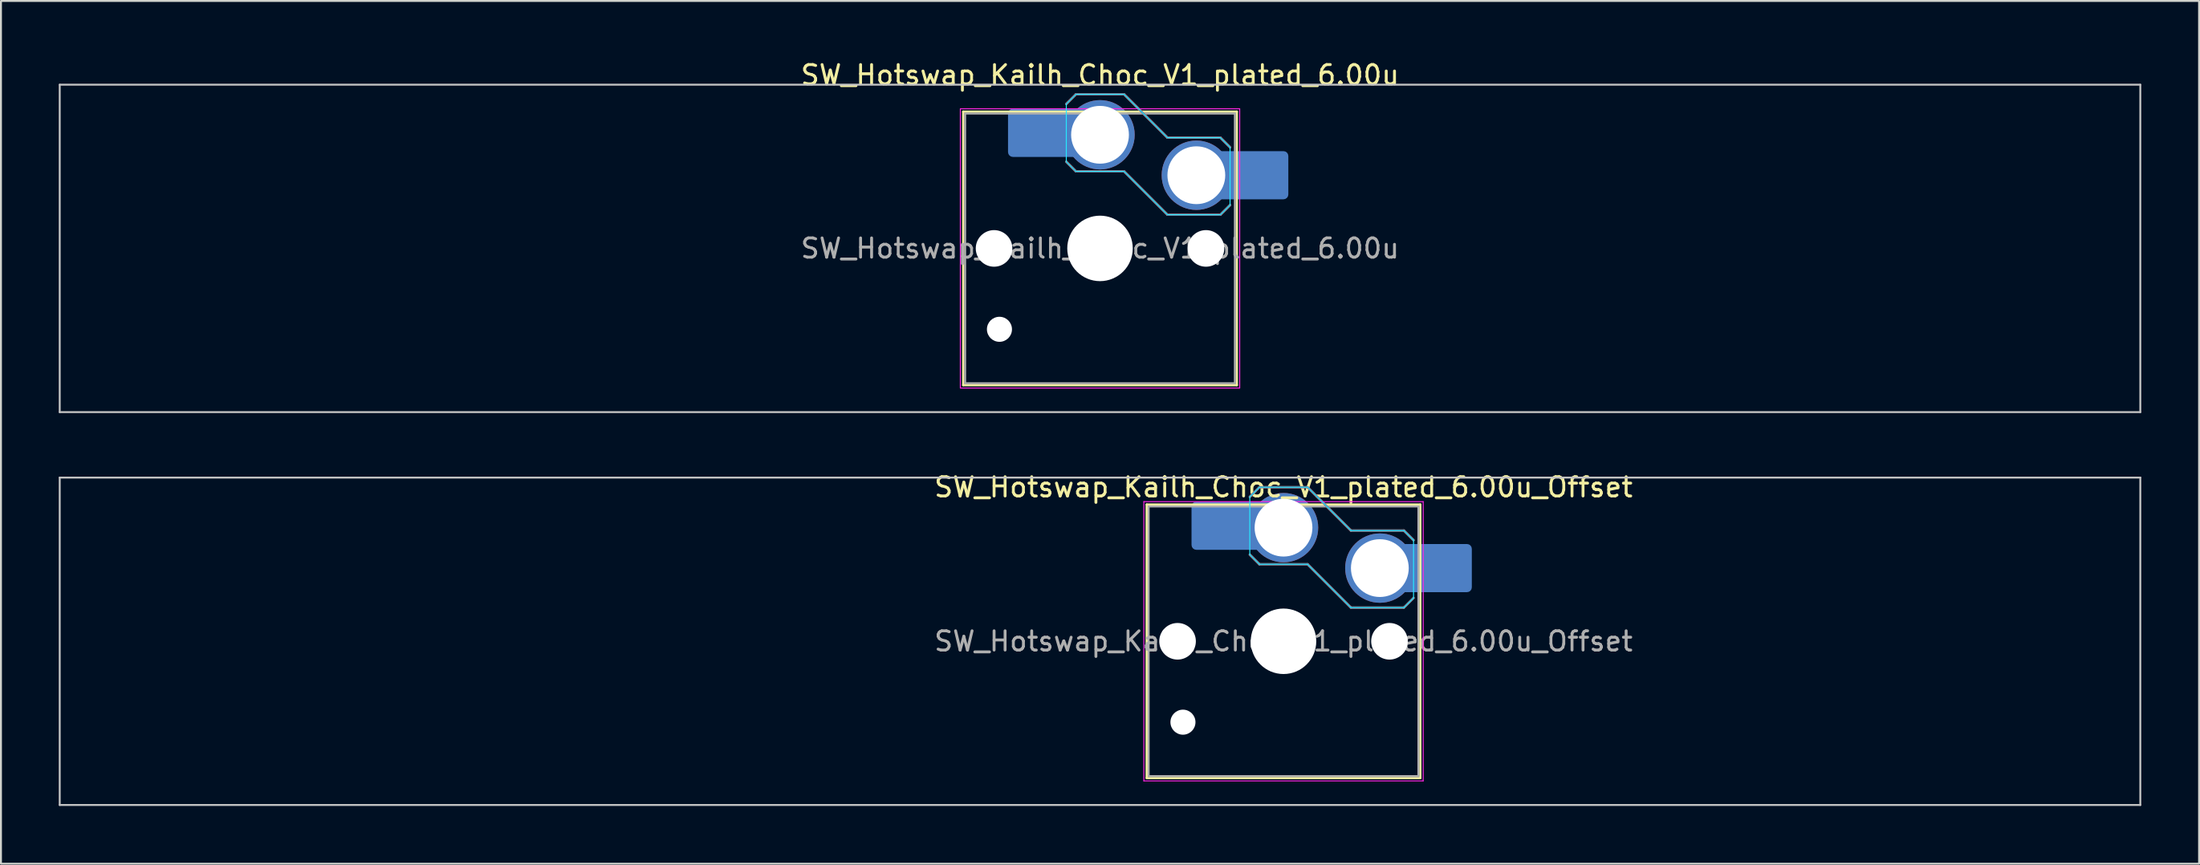
<source format=kicad_pcb>
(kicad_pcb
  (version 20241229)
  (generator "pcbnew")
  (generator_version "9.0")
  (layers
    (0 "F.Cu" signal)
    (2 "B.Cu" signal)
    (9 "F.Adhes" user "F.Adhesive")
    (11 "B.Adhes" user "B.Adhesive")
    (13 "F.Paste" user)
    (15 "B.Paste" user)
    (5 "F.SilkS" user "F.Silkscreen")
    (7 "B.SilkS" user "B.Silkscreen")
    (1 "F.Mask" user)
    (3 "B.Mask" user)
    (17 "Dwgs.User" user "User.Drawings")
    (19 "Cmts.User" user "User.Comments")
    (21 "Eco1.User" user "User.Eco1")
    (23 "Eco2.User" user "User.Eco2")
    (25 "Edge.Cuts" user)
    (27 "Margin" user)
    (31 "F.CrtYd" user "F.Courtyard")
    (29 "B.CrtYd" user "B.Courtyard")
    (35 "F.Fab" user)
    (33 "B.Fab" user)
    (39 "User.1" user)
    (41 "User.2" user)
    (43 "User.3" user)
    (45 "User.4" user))
  (footprint "SW_Hotswap_Kailh_Choc_V1_plated_6.00u_Offset"
    (layer "F.Cu")
    (at 63.575 30.247)
    (property "Reference" "SW_Hotswap_Kailh_Choc_V1_plated_6.00u_Offset" (at 0 -8 0) (layer "F.SilkS") (effects (font (size 1 1) (thickness 0.15))))
    (attr smd)
    (fp_line (start -7.1 -7.1) (end -7.1 7.1) (stroke (width 0.12) (type solid)) (layer "F.SilkS"))
    (fp_line (start -7.1 7.1) (end 7.1 7.1) (stroke (width 0.12) (type solid)) (layer "F.SilkS"))
    (fp_line (start 7.1 -7.1) (end -7.1 -7.1) (stroke (width 0.12) (type solid)) (layer "F.SilkS"))
    (fp_line (start 7.1 7.1) (end 7.1 -7.1) (stroke (width 0.12) (type solid)) (layer "F.SilkS"))
    (fp_line (start -1.75 -7.5) (end -1.25 -8) (stroke (width 0.12) (type solid)) (layer "B.SilkS"))
    (fp_line (start -1.25 -8) (end 1.25 -8) (stroke (width 0.12) (type solid)) (layer "B.SilkS"))
    (fp_line (start -1.25 -4) (end -1.75 -4.5) (stroke (width 0.12) (type solid)) (layer "B.SilkS"))
    (fp_line (start 1.25 -8) (end 3.5 -5.75) (stroke (width 0.12) (type solid)) (layer "B.SilkS"))
    (fp_line (start 1.25 -4) (end -1.25 -4) (stroke (width 0.12) (type solid)) (layer "B.SilkS"))
    (fp_line (start 3.5 -5.75) (end 6.25 -5.75) (stroke (width 0.12) (type solid)) (layer "B.SilkS"))
    (fp_line (start 3.5 -1.75) (end 1.25 -4) (stroke (width 0.12) (type solid)) (layer "B.SilkS"))
    (fp_line (start 6.25 -5.75) (end 6.75 -5.25) (stroke (width 0.12) (type solid)) (layer "B.SilkS"))
    (fp_line (start 6.25 -1.75) (end 3.5 -1.75) (stroke (width 0.12) (type solid)) (layer "B.SilkS"))
    (fp_line (start 6.75 -2.25) (end 6.25 -1.75) (stroke (width 0.12) (type solid)) (layer "B.SilkS"))
    (fp_line (start -63.525 -8.5) (end -63.525 8.5) (stroke (width 0.1) (type solid)) (layer "Dwgs.User"))
    (fp_line (start -63.525 8.5) (end 44.475 8.5) (stroke (width 0.1) (type solid)) (layer "Dwgs.User"))
    (fp_line (start 44.475 -8.5) (end -63.525 -8.5) (stroke (width 0.1) (type solid)) (layer "Dwgs.User"))
    (fp_line (start 44.475 8.5) (end 44.475 -8.5) (stroke (width 0.1) (type solid)) (layer "Dwgs.User"))
    (fp_line (start -1.75 -7.5) (end -1.25 -8) (stroke (width 0.05) (type solid)) (layer "B.CrtYd"))
    (fp_line (start -1.75 -4.5) (end -1.75 -7.5) (stroke (width 0.05) (type solid)) (layer "B.CrtYd"))
    (fp_line (start -1.25 -8) (end 1.25 -8) (stroke (width 0.05) (type solid)) (layer "B.CrtYd"))
    (fp_line (start -1.25 -4) (end -1.75 -4.5) (stroke (width 0.05) (type solid)) (layer "B.CrtYd"))
    (fp_line (start 1.25 -8) (end 3.5 -5.75) (stroke (width 0.05) (type solid)) (layer "B.CrtYd"))
    (fp_line (start 1.25 -4) (end -1.25 -4) (stroke (width 0.05) (type solid)) (layer "B.CrtYd"))
    (fp_line (start 3.5 -5.75) (end 6.25 -5.75) (stroke (width 0.05) (type solid)) (layer "B.CrtYd"))
    (fp_line (start 3.5 -1.75) (end 1.25 -4) (stroke (width 0.05) (type solid)) (layer "B.CrtYd"))
    (fp_line (start 6.25 -5.75) (end 6.75 -5.25) (stroke (width 0.05) (type solid)) (layer "B.CrtYd"))
    (fp_line (start 6.25 -1.75) (end 3.5 -1.75) (stroke (width 0.05) (type solid)) (layer "B.CrtYd"))
    (fp_line (start 6.75 -5.25) (end 6.75 -2.25) (stroke (width 0.05) (type solid)) (layer "B.CrtYd"))
    (fp_line (start 6.75 -2.25) (end 6.25 -1.75) (stroke (width 0.05) (type solid)) (layer "B.CrtYd"))
    (fp_line (start -7.25 -7.25) (end -7.25 7.25) (stroke (width 0.05) (type solid)) (layer "F.CrtYd"))
    (fp_line (start -7.25 7.25) (end 7.25 7.25) (stroke (width 0.05) (type solid)) (layer "F.CrtYd"))
    (fp_line (start 7.25 -7.25) (end -7.25 -7.25) (stroke (width 0.05) (type solid)) (layer "F.CrtYd"))
    (fp_line (start 7.25 7.25) (end 7.25 -7.25) (stroke (width 0.05) (type solid)) (layer "F.CrtYd"))
    (fp_line (start -1.75 -7.5) (end -1.25 -8) (stroke (width 0.1) (type solid)) (layer "B.Fab"))
    (fp_line (start -1.25 -8) (end 1.25 -8) (stroke (width 0.1) (type solid)) (layer "B.Fab"))
    (fp_line (start -1.25 -4) (end -1.75 -4.5) (stroke (width 0.1) (type solid)) (layer "B.Fab"))
    (fp_line (start 1.25 -8) (end 3.5 -5.75) (stroke (width 0.1) (type solid)) (layer "B.Fab"))
    (fp_line (start 1.25 -4) (end -1.25 -4) (stroke (width 0.1) (type solid)) (layer "B.Fab"))
    (fp_line (start 3.5 -5.75) (end 6.25 -5.75) (stroke (width 0.1) (type solid)) (layer "B.Fab"))
    (fp_line (start 3.5 -1.75) (end 1.25 -4) (stroke (width 0.1) (type solid)) (layer "B.Fab"))
    (fp_line (start 6.25 -5.75) (end 6.75 -5.25) (stroke (width 0.1) (type solid)) (layer "B.Fab"))
    (fp_line (start 6.25 -1.75) (end 3.5 -1.75) (stroke (width 0.1) (type solid)) (layer "B.Fab"))
    (fp_line (start 6.75 -2.25) (end 6.25 -1.75) (stroke (width 0.1) (type solid)) (layer "B.Fab"))
    (fp_line (start -7 -7) (end -7 7) (stroke (width 0.1) (type solid)) (layer "F.Fab"))
    (fp_line (start -7 7) (end 7 7) (stroke (width 0.1) (type solid)) (layer "F.Fab"))
    (fp_line (start 7 -7) (end -7 -7) (stroke (width 0.1) (type solid)) (layer "F.Fab"))
    (fp_line (start 7 7) (end 7 -7) (stroke (width 0.1) (type solid)) (layer "F.Fab"))
    (fp_text user "${REFERENCE}" (at 0 0 0) (layer "F.Fab") (effects (font (size 1 1) (thickness 0.15))))
    (pad "" np_thru_hole circle (at -5.5 0) (size 1.9 1.9) (drill 1.9) (layers "*.Cu" "*.Mask"))
    (pad "" np_thru_hole circle (at -5.22 4.2) (size 1.3 1.3) (drill 1.3) (layers "*.Cu" "*.Mask"))
    (pad "" smd roundrect (at -3.5 -6) (size 2.55 2.5) (layers "B.Mask" "B.Paste") (roundrect_rratio 0.1))
    (pad "" np_thru_hole circle (at 0 0) (size 3.4 3.4) (drill 3.4) (layers "*.Cu" "*.Mask"))
    (pad "" np_thru_hole circle (at 5.5 0) (size 1.9 1.9) (drill 1.9) (layers "*.Cu" "*.Mask"))
    (pad "" smd roundrect (at 8.5 -3.8) (size 2.55 2.5) (layers "B.Mask" "B.Paste") (roundrect_rratio 0.1))
    (pad "1" smd roundrect (at -2.85 -6) (size 3.85 2.5) (layers "B.Cu") (roundrect_rratio 0.1))
    (pad "1" thru_hole circle (at 0 -5.9) (size 3.6 3.6) (drill 3) (layers "*.Cu" "B.Mask"))
    (pad "2" thru_hole circle (at 5 -3.8) (size 3.6 3.6) (drill 3) (layers "*.Cu" "B.Mask"))
    (pad "2" smd roundrect (at 7.85 -3.8) (size 3.85 2.5) (layers "B.Cu") (roundrect_rratio 0.1)))
  (footprint "SW_Hotswap_Kailh_Choc_V1_plated_6.00u"
    (layer "F.Cu")
    (at 54.05 9.848)
    (property "Reference" "SW_Hotswap_Kailh_Choc_V1_plated_6.00u" (at 0 -9 0) (layer "F.SilkS") (effects (font (size 1 1) (thickness 0.15))))
    (attr smd)
    (fp_line (start -7.1 -7.1) (end -7.1 7.1) (stroke (width 0.12) (type solid)) (layer "F.SilkS"))
    (fp_line (start -7.1 7.1) (end 7.1 7.1) (stroke (width 0.12) (type solid)) (layer "F.SilkS"))
    (fp_line (start 7.1 -7.1) (end -7.1 -7.1) (stroke (width 0.12) (type solid)) (layer "F.SilkS"))
    (fp_line (start 7.1 7.1) (end 7.1 -7.1) (stroke (width 0.12) (type solid)) (layer "F.SilkS"))
    (fp_line (start -1.75 -7.5) (end -1.25 -8) (stroke (width 0.12) (type solid)) (layer "B.SilkS"))
    (fp_line (start -1.25 -8) (end 1.25 -8) (stroke (width 0.12) (type solid)) (layer "B.SilkS"))
    (fp_line (start -1.25 -4) (end -1.75 -4.5) (stroke (width 0.12) (type solid)) (layer "B.SilkS"))
    (fp_line (start 1.25 -8) (end 3.5 -5.75) (stroke (width 0.12) (type solid)) (layer "B.SilkS"))
    (fp_line (start 1.25 -4) (end -1.25 -4) (stroke (width 0.12) (type solid)) (layer "B.SilkS"))
    (fp_line (start 3.5 -5.75) (end 6.25 -5.75) (stroke (width 0.12) (type solid)) (layer "B.SilkS"))
    (fp_line (start 3.5 -1.75) (end 1.25 -4) (stroke (width 0.12) (type solid)) (layer "B.SilkS"))
    (fp_line (start 6.25 -5.75) (end 6.75 -5.25) (stroke (width 0.12) (type solid)) (layer "B.SilkS"))
    (fp_line (start 6.25 -1.75) (end 3.5 -1.75) (stroke (width 0.12) (type solid)) (layer "B.SilkS"))
    (fp_line (start 6.75 -2.25) (end 6.25 -1.75) (stroke (width 0.12) (type solid)) (layer "B.SilkS"))
    (fp_line (start -54 -8.5) (end -54 8.5) (stroke (width 0.1) (type solid)) (layer "Dwgs.User"))
    (fp_line (start -54 8.5) (end 54 8.5) (stroke (width 0.1) (type solid)) (layer "Dwgs.User"))
    (fp_line (start 54 -8.5) (end -54 -8.5) (stroke (width 0.1) (type solid)) (layer "Dwgs.User"))
    (fp_line (start 54 8.5) (end 54 -8.5) (stroke (width 0.1) (type solid)) (layer "Dwgs.User"))
    (fp_line (start -1.75 -7.5) (end -1.25 -8) (stroke (width 0.05) (type solid)) (layer "B.CrtYd"))
    (fp_line (start -1.75 -4.5) (end -1.75 -7.5) (stroke (width 0.05) (type solid)) (layer "B.CrtYd"))
    (fp_line (start -1.25 -8) (end 1.25 -8) (stroke (width 0.05) (type solid)) (layer "B.CrtYd"))
    (fp_line (start -1.25 -4) (end -1.75 -4.5) (stroke (width 0.05) (type solid)) (layer "B.CrtYd"))
    (fp_line (start 1.25 -8) (end 3.5 -5.75) (stroke (width 0.05) (type solid)) (layer "B.CrtYd"))
    (fp_line (start 1.25 -4) (end -1.25 -4) (stroke (width 0.05) (type solid)) (layer "B.CrtYd"))
    (fp_line (start 3.5 -5.75) (end 6.25 -5.75) (stroke (width 0.05) (type solid)) (layer "B.CrtYd"))
    (fp_line (start 3.5 -1.75) (end 1.25 -4) (stroke (width 0.05) (type solid)) (layer "B.CrtYd"))
    (fp_line (start 6.25 -5.75) (end 6.75 -5.25) (stroke (width 0.05) (type solid)) (layer "B.CrtYd"))
    (fp_line (start 6.25 -1.75) (end 3.5 -1.75) (stroke (width 0.05) (type solid)) (layer "B.CrtYd"))
    (fp_line (start 6.75 -5.25) (end 6.75 -2.25) (stroke (width 0.05) (type solid)) (layer "B.CrtYd"))
    (fp_line (start 6.75 -2.25) (end 6.25 -1.75) (stroke (width 0.05) (type solid)) (layer "B.CrtYd"))
    (fp_line (start -7.25 -7.25) (end -7.25 7.25) (stroke (width 0.05) (type solid)) (layer "F.CrtYd"))
    (fp_line (start -7.25 7.25) (end 7.25 7.25) (stroke (width 0.05) (type solid)) (layer "F.CrtYd"))
    (fp_line (start 7.25 -7.25) (end -7.25 -7.25) (stroke (width 0.05) (type solid)) (layer "F.CrtYd"))
    (fp_line (start 7.25 7.25) (end 7.25 -7.25) (stroke (width 0.05) (type solid)) (layer "F.CrtYd"))
    (fp_line (start -1.75 -7.5) (end -1.25 -8) (stroke (width 0.1) (type solid)) (layer "B.Fab"))
    (fp_line (start -1.25 -8) (end 1.25 -8) (stroke (width 0.1) (type solid)) (layer "B.Fab"))
    (fp_line (start -1.25 -4) (end -1.75 -4.5) (stroke (width 0.1) (type solid)) (layer "B.Fab"))
    (fp_line (start 1.25 -8) (end 3.5 -5.75) (stroke (width 0.1) (type solid)) (layer "B.Fab"))
    (fp_line (start 1.25 -4) (end -1.25 -4) (stroke (width 0.1) (type solid)) (layer "B.Fab"))
    (fp_line (start 3.5 -5.75) (end 6.25 -5.75) (stroke (width 0.1) (type solid)) (layer "B.Fab"))
    (fp_line (start 3.5 -1.75) (end 1.25 -4) (stroke (width 0.1) (type solid)) (layer "B.Fab"))
    (fp_line (start 6.25 -5.75) (end 6.75 -5.25) (stroke (width 0.1) (type solid)) (layer "B.Fab"))
    (fp_line (start 6.25 -1.75) (end 3.5 -1.75) (stroke (width 0.1) (type solid)) (layer "B.Fab"))
    (fp_line (start 6.75 -2.25) (end 6.25 -1.75) (stroke (width 0.1) (type solid)) (layer "B.Fab"))
    (fp_line (start -7 -7) (end -7 7) (stroke (width 0.1) (type solid)) (layer "F.Fab"))
    (fp_line (start -7 7) (end 7 7) (stroke (width 0.1) (type solid)) (layer "F.Fab"))
    (fp_line (start 7 -7) (end -7 -7) (stroke (width 0.1) (type solid)) (layer "F.Fab"))
    (fp_line (start 7 7) (end 7 -7) (stroke (width 0.1) (type solid)) (layer "F.Fab"))
    (fp_text user "${REFERENCE}" (at 0 0 0) (layer "F.Fab") (effects (font (size 1 1) (thickness 0.15))))
    (pad "" np_thru_hole circle (at -5.5 0) (size 1.9 1.9) (drill 1.9) (layers "*.Cu" "*.Mask"))
    (pad "" np_thru_hole circle (at -5.22 4.2) (size 1.3 1.3) (drill 1.3) (layers "*.Cu" "*.Mask"))
    (pad "" smd roundrect (at -3.5 -6) (size 2.55 2.5) (layers "B.Mask" "B.Paste") (roundrect_rratio 0.1))
    (pad "" np_thru_hole circle (at 0 0) (size 3.4 3.4) (drill 3.4) (layers "*.Cu" "*.Mask"))
    (pad "" np_thru_hole circle (at 5.5 0) (size 1.9 1.9) (drill 1.9) (layers "*.Cu" "*.Mask"))
    (pad "" smd roundrect (at 8.5 -3.8) (size 2.55 2.5) (layers "B.Mask" "B.Paste") (roundrect_rratio 0.1))
    (pad "1" smd roundrect (at -2.85 -6) (size 3.85 2.5) (layers "B.Cu") (roundrect_rratio 0.1))
    (pad "1" thru_hole circle (at 0 -5.9) (size 3.6 3.6) (drill 3) (layers "*.Cu" "B.Mask"))
    (pad "2" thru_hole circle (at 5 -3.8) (size 3.6 3.6) (drill 3) (layers "*.Cu" "B.Mask"))
    (pad "2" smd roundrect (at 7.85 -3.8) (size 3.85 2.5) (layers "B.Cu") (roundrect_rratio 0.1)))
  (gr_rect
    (start -3 -3)
    (end 111.1 41.797)
    (stroke (width 0.1) (type default))
    (fill no)
    (layer "Edge.Cuts")))
</source>
